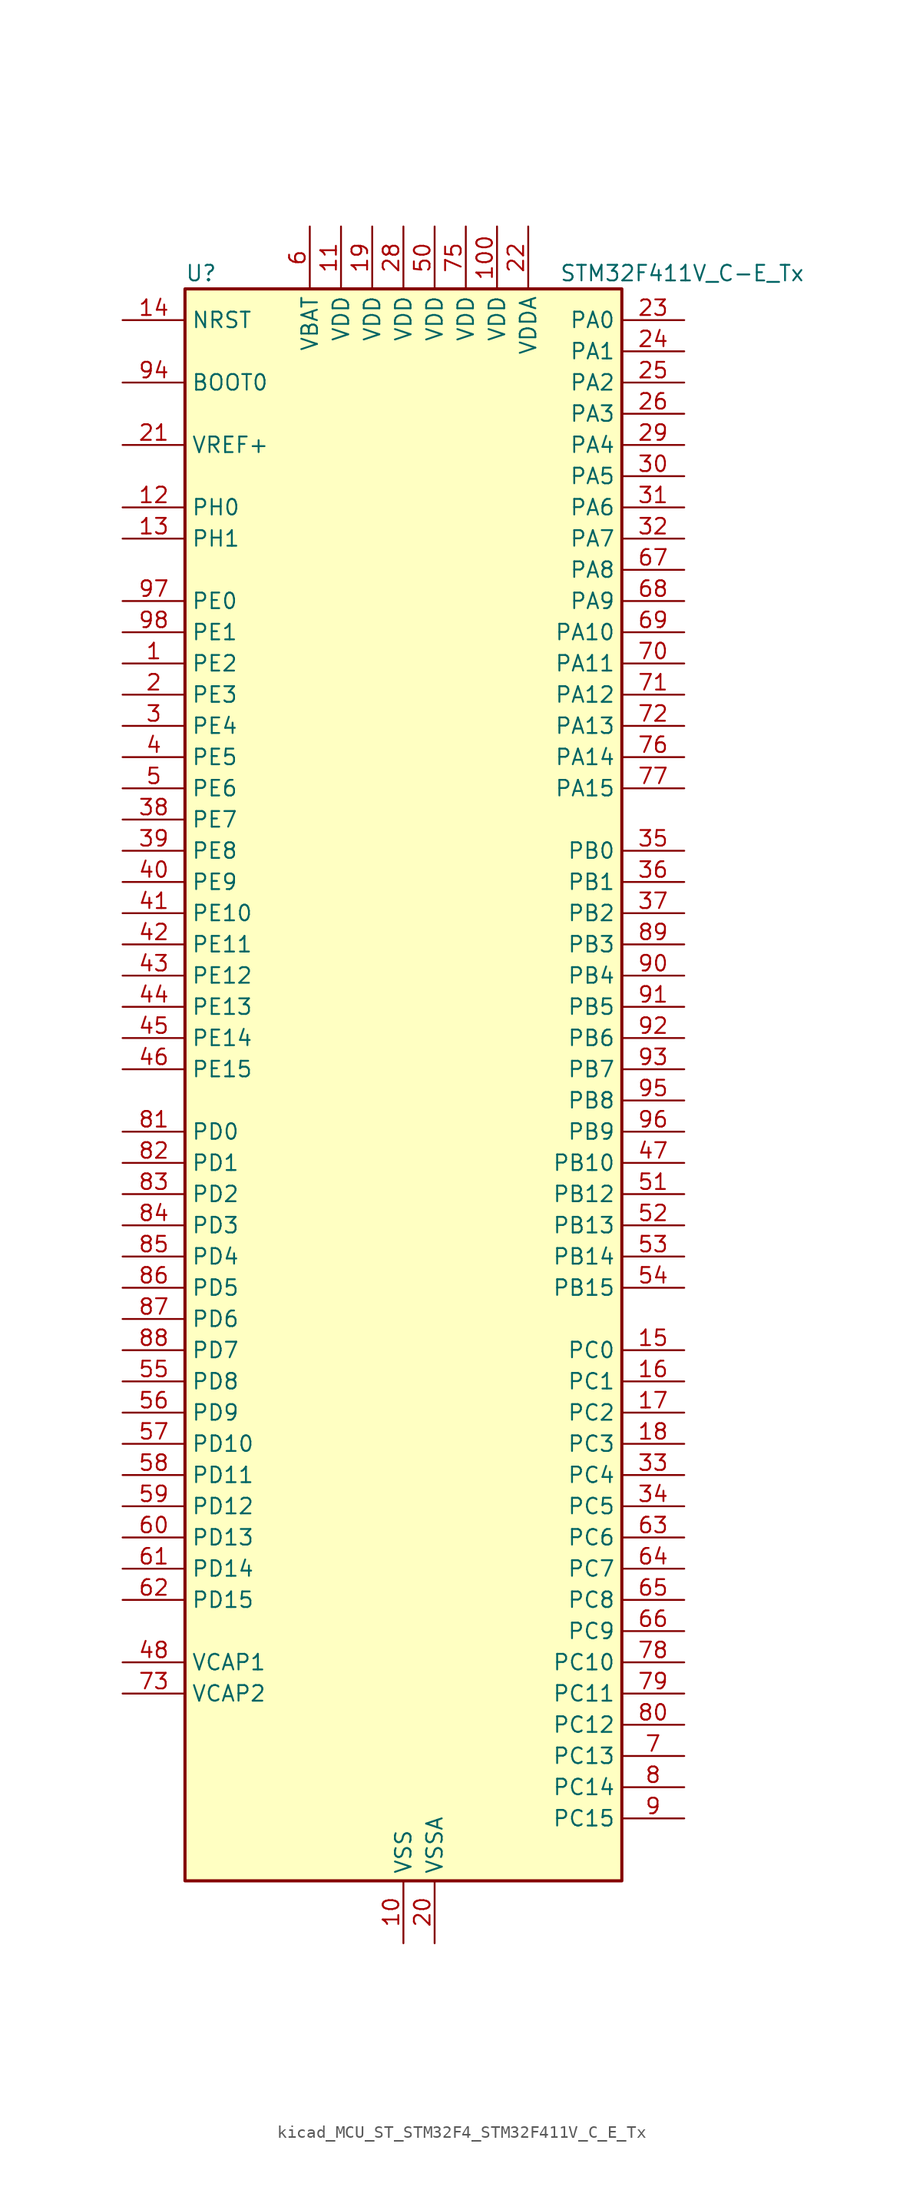
<source format=kicad_sym>
(kicad_symbol_lib
  (version 20220914)
  (generator kicad_symbol_editor)
  (symbol "kicad_MCU_ST_STM32F4_STM32F411V_C_E_Tx"
    (property "Reference" "U"
      (at -17.78 67.31 0)
      (effects (font (size 1.27 1.27)) (justify left)))
    (property "Value" "STM32F411V_C-E_Tx"
      (at 12.7 67.31 0)
      (effects (font (size 1.27 1.27)) (justify left)))
    (property "ki_locked" ""
      (at 0 0 0)
      (effects (font (size 1.27 1.27))))
    (symbol "kicad_MCU_ST_STM32F4_STM32F411V_C_E_Tx_0_1"
      (rectangle (start -17.78 -63.5) (end 17.78 66.04) (stroke (width 0.254) (type default)) (fill (type background))))
    (symbol "kicad_MCU_ST_STM32F4_STM32F411V_C_E_Tx_1_1"
      (pin bidirectional line (at -22.86 35.56 0) (length 5.08) (name "PE2" (effects (font (size 1.27 1.27)))) (number "1" (effects (font (size 1.27 1.27)))) (alternate "I2S4_CK" bidirectional line) (alternate "I2S5_CK" bidirectional line) (alternate "SPI4_SCK" bidirectional line) (alternate "SPI5_SCK" bidirectional line) (alternate "SYS_TRACECLK" bidirectional line))
      (pin power_in line (at 0 -68.58 90) (length 5.08) (name "VSS" (effects (font (size 1.27 1.27)))) (number "10" (effects (font (size 1.27 1.27)))))
      (pin power_in line (at 7.62 71.12 270) (length 5.08) (name "VDD" (effects (font (size 1.27 1.27)))) (number "100" (effects (font (size 1.27 1.27)))))
      (pin power_in line (at -5.08 71.12 270) (length 5.08) (name "VDD" (effects (font (size 1.27 1.27)))) (number "11" (effects (font (size 1.27 1.27)))))
      (pin bidirectional line (at -22.86 48.26 0) (length 5.08) (name "PH0" (effects (font (size 1.27 1.27)))) (number "12" (effects (font (size 1.27 1.27)))) (alternate "RCC_OSC_IN" bidirectional line))
      (pin bidirectional line (at -22.86 45.72 0) (length 5.08) (name "PH1" (effects (font (size 1.27 1.27)))) (number "13" (effects (font (size 1.27 1.27)))) (alternate "RCC_OSC_OUT" bidirectional line))
      (pin input line (at -22.86 63.5 0) (length 5.08) (name "NRST" (effects (font (size 1.27 1.27)))) (number "14" (effects (font (size 1.27 1.27)))))
      (pin bidirectional line (at 22.86 -20.32 180) (length 5.08) (name "PC0" (effects (font (size 1.27 1.27)))) (number "15" (effects (font (size 1.27 1.27)))) (alternate "ADC1_IN10" bidirectional line))
      (pin bidirectional line (at 22.86 -22.86 180) (length 5.08) (name "PC1" (effects (font (size 1.27 1.27)))) (number "16" (effects (font (size 1.27 1.27)))) (alternate "ADC1_IN11" bidirectional line))
      (pin bidirectional line (at 22.86 -25.4 180) (length 5.08) (name "PC2" (effects (font (size 1.27 1.27)))) (number "17" (effects (font (size 1.27 1.27)))) (alternate "ADC1_IN12" bidirectional line) (alternate "I2S2_ext_SD" bidirectional line) (alternate "SPI2_MISO" bidirectional line))
      (pin bidirectional line (at 22.86 -27.94 180) (length 5.08) (name "PC3" (effects (font (size 1.27 1.27)))) (number "18" (effects (font (size 1.27 1.27)))) (alternate "ADC1_IN13" bidirectional line) (alternate "I2S2_SD" bidirectional line) (alternate "SPI2_MOSI" bidirectional line))
      (pin power_in line (at -2.54 71.12 270) (length 5.08) (name "VDD" (effects (font (size 1.27 1.27)))) (number "19" (effects (font (size 1.27 1.27)))))
      (pin bidirectional line (at -22.86 33.02 0) (length 5.08) (name "PE3" (effects (font (size 1.27 1.27)))) (number "2" (effects (font (size 1.27 1.27)))) (alternate "SYS_TRACED0" bidirectional line))
      (pin power_in line (at 2.54 -68.58 90) (length 5.08) (name "VSSA" (effects (font (size 1.27 1.27)))) (number "20" (effects (font (size 1.27 1.27)))))
      (pin input line (at -22.86 53.34 0) (length 5.08) (name "VREF+" (effects (font (size 1.27 1.27)))) (number "21" (effects (font (size 1.27 1.27)))))
      (pin power_in line (at 10.16 71.12 270) (length 5.08) (name "VDDA" (effects (font (size 1.27 1.27)))) (number "22" (effects (font (size 1.27 1.27)))))
      (pin bidirectional line (at 22.86 63.5 180) (length 5.08) (name "PA0" (effects (font (size 1.27 1.27)))) (number "23" (effects (font (size 1.27 1.27)))) (alternate "ADC1_IN0" bidirectional line) (alternate "SYS_WKUP" bidirectional line) (alternate "TIM2_CH1" bidirectional line) (alternate "TIM2_ETR" bidirectional line) (alternate "TIM5_CH1" bidirectional line) (alternate "USART2_CTS" bidirectional line))
      (pin bidirectional line (at 22.86 60.96 180) (length 5.08) (name "PA1" (effects (font (size 1.27 1.27)))) (number "24" (effects (font (size 1.27 1.27)))) (alternate "ADC1_IN1" bidirectional line) (alternate "I2S4_SD" bidirectional line) (alternate "SPI4_MOSI" bidirectional line) (alternate "TIM2_CH2" bidirectional line) (alternate "TIM5_CH2" bidirectional line) (alternate "USART2_RTS" bidirectional line))
      (pin bidirectional line (at 22.86 58.42 180) (length 5.08) (name "PA2" (effects (font (size 1.27 1.27)))) (number "25" (effects (font (size 1.27 1.27)))) (alternate "ADC1_IN2" bidirectional line) (alternate "I2S_CKIN" bidirectional line) (alternate "TIM2_CH3" bidirectional line) (alternate "TIM5_CH3" bidirectional line) (alternate "TIM9_CH1" bidirectional line) (alternate "USART2_TX" bidirectional line))
      (pin bidirectional line (at 22.86 55.88 180) (length 5.08) (name "PA3" (effects (font (size 1.27 1.27)))) (number "26" (effects (font (size 1.27 1.27)))) (alternate "ADC1_IN3" bidirectional line) (alternate "I2S2_MCK" bidirectional line) (alternate "TIM2_CH4" bidirectional line) (alternate "TIM5_CH4" bidirectional line) (alternate "TIM9_CH2" bidirectional line) (alternate "USART2_RX" bidirectional line))
      (pin passive line (at 0 -68.58 90) (length 5.08) hide (name "VSS" (effects (font (size 1.27 1.27)))) (number "27" (effects (font (size 1.27 1.27)))))
      (pin power_in line (at 0 71.12 270) (length 5.08) (name "VDD" (effects (font (size 1.27 1.27)))) (number "28" (effects (font (size 1.27 1.27)))))
      (pin bidirectional line (at 22.86 53.34 180) (length 5.08) (name "PA4" (effects (font (size 1.27 1.27)))) (number "29" (effects (font (size 1.27 1.27)))) (alternate "ADC1_IN4" bidirectional line) (alternate "I2S1_WS" bidirectional line) (alternate "I2S3_WS" bidirectional line) (alternate "SPI1_NSS" bidirectional line) (alternate "SPI3_NSS" bidirectional line) (alternate "USART2_CK" bidirectional line))
      (pin bidirectional line (at -22.86 30.48 0) (length 5.08) (name "PE4" (effects (font (size 1.27 1.27)))) (number "3" (effects (font (size 1.27 1.27)))) (alternate "I2S4_WS" bidirectional line) (alternate "I2S5_WS" bidirectional line) (alternate "SPI4_NSS" bidirectional line) (alternate "SPI5_NSS" bidirectional line) (alternate "SYS_TRACED1" bidirectional line))
      (pin bidirectional line (at 22.86 50.8 180) (length 5.08) (name "PA5" (effects (font (size 1.27 1.27)))) (number "30" (effects (font (size 1.27 1.27)))) (alternate "ADC1_IN5" bidirectional line) (alternate "I2S1_CK" bidirectional line) (alternate "SPI1_SCK" bidirectional line) (alternate "TIM2_CH1" bidirectional line) (alternate "TIM2_ETR" bidirectional line))
      (pin bidirectional line (at 22.86 48.26 180) (length 5.08) (name "PA6" (effects (font (size 1.27 1.27)))) (number "31" (effects (font (size 1.27 1.27)))) (alternate "ADC1_IN6" bidirectional line) (alternate "I2S2_MCK" bidirectional line) (alternate "SDIO_CMD" bidirectional line) (alternate "SPI1_MISO" bidirectional line) (alternate "TIM1_BKIN" bidirectional line) (alternate "TIM3_CH1" bidirectional line))
      (pin bidirectional line (at 22.86 45.72 180) (length 5.08) (name "PA7" (effects (font (size 1.27 1.27)))) (number "32" (effects (font (size 1.27 1.27)))) (alternate "ADC1_IN7" bidirectional line) (alternate "I2S1_SD" bidirectional line) (alternate "SPI1_MOSI" bidirectional line) (alternate "TIM1_CH1N" bidirectional line) (alternate "TIM3_CH2" bidirectional line))
      (pin bidirectional line (at 22.86 -30.48 180) (length 5.08) (name "PC4" (effects (font (size 1.27 1.27)))) (number "33" (effects (font (size 1.27 1.27)))) (alternate "ADC1_IN14" bidirectional line))
      (pin bidirectional line (at 22.86 -33.02 180) (length 5.08) (name "PC5" (effects (font (size 1.27 1.27)))) (number "34" (effects (font (size 1.27 1.27)))) (alternate "ADC1_IN15" bidirectional line))
      (pin bidirectional line (at 22.86 20.32 180) (length 5.08) (name "PB0" (effects (font (size 1.27 1.27)))) (number "35" (effects (font (size 1.27 1.27)))) (alternate "ADC1_IN8" bidirectional line) (alternate "I2S5_CK" bidirectional line) (alternate "SPI5_SCK" bidirectional line) (alternate "TIM1_CH2N" bidirectional line) (alternate "TIM3_CH3" bidirectional line))
      (pin bidirectional line (at 22.86 17.78 180) (length 5.08) (name "PB1" (effects (font (size 1.27 1.27)))) (number "36" (effects (font (size 1.27 1.27)))) (alternate "ADC1_IN9" bidirectional line) (alternate "I2S5_WS" bidirectional line) (alternate "SPI5_NSS" bidirectional line) (alternate "TIM1_CH3N" bidirectional line) (alternate "TIM3_CH4" bidirectional line))
      (pin bidirectional line (at 22.86 15.24 180) (length 5.08) (name "PB2" (effects (font (size 1.27 1.27)))) (number "37" (effects (font (size 1.27 1.27)))))
      (pin bidirectional line (at -22.86 22.86 0) (length 5.08) (name "PE7" (effects (font (size 1.27 1.27)))) (number "38" (effects (font (size 1.27 1.27)))) (alternate "TIM1_ETR" bidirectional line))
      (pin bidirectional line (at -22.86 20.32 0) (length 5.08) (name "PE8" (effects (font (size 1.27 1.27)))) (number "39" (effects (font (size 1.27 1.27)))) (alternate "TIM1_CH1N" bidirectional line))
      (pin bidirectional line (at -22.86 27.94 0) (length 5.08) (name "PE5" (effects (font (size 1.27 1.27)))) (number "4" (effects (font (size 1.27 1.27)))) (alternate "SPI4_MISO" bidirectional line) (alternate "SPI5_MISO" bidirectional line) (alternate "SYS_TRACED2" bidirectional line) (alternate "TIM9_CH1" bidirectional line))
      (pin bidirectional line (at -22.86 17.78 0) (length 5.08) (name "PE9" (effects (font (size 1.27 1.27)))) (number "40" (effects (font (size 1.27 1.27)))) (alternate "TIM1_CH1" bidirectional line))
      (pin bidirectional line (at -22.86 15.24 0) (length 5.08) (name "PE10" (effects (font (size 1.27 1.27)))) (number "41" (effects (font (size 1.27 1.27)))) (alternate "TIM1_CH2N" bidirectional line))
      (pin bidirectional line (at -22.86 12.7 0) (length 5.08) (name "PE11" (effects (font (size 1.27 1.27)))) (number "42" (effects (font (size 1.27 1.27)))) (alternate "ADC1_EXTI11" bidirectional line) (alternate "I2S4_WS" bidirectional line) (alternate "I2S5_WS" bidirectional line) (alternate "SPI4_NSS" bidirectional line) (alternate "SPI5_NSS" bidirectional line) (alternate "TIM1_CH2" bidirectional line))
      (pin bidirectional line (at -22.86 10.16 0) (length 5.08) (name "PE12" (effects (font (size 1.27 1.27)))) (number "43" (effects (font (size 1.27 1.27)))) (alternate "I2S4_CK" bidirectional line) (alternate "I2S5_CK" bidirectional line) (alternate "SPI4_SCK" bidirectional line) (alternate "SPI5_SCK" bidirectional line) (alternate "TIM1_CH3N" bidirectional line))
      (pin bidirectional line (at -22.86 7.62 0) (length 5.08) (name "PE13" (effects (font (size 1.27 1.27)))) (number "44" (effects (font (size 1.27 1.27)))) (alternate "SPI4_MISO" bidirectional line) (alternate "SPI5_MISO" bidirectional line) (alternate "TIM1_CH3" bidirectional line))
      (pin bidirectional line (at -22.86 5.08 0) (length 5.08) (name "PE14" (effects (font (size 1.27 1.27)))) (number "45" (effects (font (size 1.27 1.27)))) (alternate "I2S4_SD" bidirectional line) (alternate "I2S5_SD" bidirectional line) (alternate "SPI4_MOSI" bidirectional line) (alternate "SPI5_MOSI" bidirectional line) (alternate "TIM1_CH4" bidirectional line))
      (pin bidirectional line (at -22.86 2.54 0) (length 5.08) (name "PE15" (effects (font (size 1.27 1.27)))) (number "46" (effects (font (size 1.27 1.27)))) (alternate "ADC1_EXTI15" bidirectional line) (alternate "TIM1_BKIN" bidirectional line))
      (pin bidirectional line (at 22.86 -5.08 180) (length 5.08) (name "PB10" (effects (font (size 1.27 1.27)))) (number "47" (effects (font (size 1.27 1.27)))) (alternate "I2C2_SCL" bidirectional line) (alternate "I2S2_CK" bidirectional line) (alternate "I2S3_MCK" bidirectional line) (alternate "SDIO_D7" bidirectional line) (alternate "SPI2_SCK" bidirectional line) (alternate "TIM2_CH3" bidirectional line))
      (pin power_out line (at -22.86 -45.72 0) (length 5.08) (name "VCAP1" (effects (font (size 1.27 1.27)))) (number "48" (effects (font (size 1.27 1.27)))))
      (pin passive line (at 0 -68.58 90) (length 5.08) hide (name "VSS" (effects (font (size 1.27 1.27)))) (number "49" (effects (font (size 1.27 1.27)))))
      (pin bidirectional line (at -22.86 25.4 0) (length 5.08) (name "PE6" (effects (font (size 1.27 1.27)))) (number "5" (effects (font (size 1.27 1.27)))) (alternate "I2S4_SD" bidirectional line) (alternate "I2S5_SD" bidirectional line) (alternate "SPI4_MOSI" bidirectional line) (alternate "SPI5_MOSI" bidirectional line) (alternate "SYS_TRACED3" bidirectional line) (alternate "TIM9_CH2" bidirectional line))
      (pin power_in line (at 2.54 71.12 270) (length 5.08) (name "VDD" (effects (font (size 1.27 1.27)))) (number "50" (effects (font (size 1.27 1.27)))))
      (pin bidirectional line (at 22.86 -7.62 180) (length 5.08) (name "PB12" (effects (font (size 1.27 1.27)))) (number "51" (effects (font (size 1.27 1.27)))) (alternate "I2C2_SMBA" bidirectional line) (alternate "I2S2_WS" bidirectional line) (alternate "I2S3_CK" bidirectional line) (alternate "I2S4_WS" bidirectional line) (alternate "SPI2_NSS" bidirectional line) (alternate "SPI3_SCK" bidirectional line) (alternate "SPI4_NSS" bidirectional line) (alternate "TIM1_BKIN" bidirectional line))
      (pin bidirectional line (at 22.86 -10.16 180) (length 5.08) (name "PB13" (effects (font (size 1.27 1.27)))) (number "52" (effects (font (size 1.27 1.27)))) (alternate "I2S2_CK" bidirectional line) (alternate "I2S4_CK" bidirectional line) (alternate "SPI2_SCK" bidirectional line) (alternate "SPI4_SCK" bidirectional line) (alternate "TIM1_CH1N" bidirectional line))
      (pin bidirectional line (at 22.86 -12.7 180) (length 5.08) (name "PB14" (effects (font (size 1.27 1.27)))) (number "53" (effects (font (size 1.27 1.27)))) (alternate "I2S2_ext_SD" bidirectional line) (alternate "SDIO_D6" bidirectional line) (alternate "SPI2_MISO" bidirectional line) (alternate "TIM1_CH2N" bidirectional line))
      (pin bidirectional line (at 22.86 -15.24 180) (length 5.08) (name "PB15" (effects (font (size 1.27 1.27)))) (number "54" (effects (font (size 1.27 1.27)))) (alternate "ADC1_EXTI15" bidirectional line) (alternate "I2S2_SD" bidirectional line) (alternate "RTC_REFIN" bidirectional line) (alternate "SDIO_CK" bidirectional line) (alternate "SPI2_MOSI" bidirectional line) (alternate "TIM1_CH3N" bidirectional line))
      (pin bidirectional line (at -22.86 -22.86 0) (length 5.08) (name "PD8" (effects (font (size 1.27 1.27)))) (number "55" (effects (font (size 1.27 1.27)))))
      (pin bidirectional line (at -22.86 -25.4 0) (length 5.08) (name "PD9" (effects (font (size 1.27 1.27)))) (number "56" (effects (font (size 1.27 1.27)))))
      (pin bidirectional line (at -22.86 -27.94 0) (length 5.08) (name "PD10" (effects (font (size 1.27 1.27)))) (number "57" (effects (font (size 1.27 1.27)))))
      (pin bidirectional line (at -22.86 -30.48 0) (length 5.08) (name "PD11" (effects (font (size 1.27 1.27)))) (number "58" (effects (font (size 1.27 1.27)))) (alternate "ADC1_EXTI11" bidirectional line))
      (pin bidirectional line (at -22.86 -33.02 0) (length 5.08) (name "PD12" (effects (font (size 1.27 1.27)))) (number "59" (effects (font (size 1.27 1.27)))) (alternate "TIM4_CH1" bidirectional line))
      (pin power_in line (at -7.62 71.12 270) (length 5.08) (name "VBAT" (effects (font (size 1.27 1.27)))) (number "6" (effects (font (size 1.27 1.27)))))
      (pin bidirectional line (at -22.86 -35.56 0) (length 5.08) (name "PD13" (effects (font (size 1.27 1.27)))) (number "60" (effects (font (size 1.27 1.27)))) (alternate "TIM4_CH2" bidirectional line))
      (pin bidirectional line (at -22.86 -38.1 0) (length 5.08) (name "PD14" (effects (font (size 1.27 1.27)))) (number "61" (effects (font (size 1.27 1.27)))) (alternate "TIM4_CH3" bidirectional line))
      (pin bidirectional line (at -22.86 -40.64 0) (length 5.08) (name "PD15" (effects (font (size 1.27 1.27)))) (number "62" (effects (font (size 1.27 1.27)))) (alternate "ADC1_EXTI15" bidirectional line) (alternate "TIM4_CH4" bidirectional line))
      (pin bidirectional line (at 22.86 -35.56 180) (length 5.08) (name "PC6" (effects (font (size 1.27 1.27)))) (number "63" (effects (font (size 1.27 1.27)))) (alternate "I2S2_MCK" bidirectional line) (alternate "SDIO_D6" bidirectional line) (alternate "TIM3_CH1" bidirectional line) (alternate "USART6_TX" bidirectional line))
      (pin bidirectional line (at 22.86 -38.1 180) (length 5.08) (name "PC7" (effects (font (size 1.27 1.27)))) (number "64" (effects (font (size 1.27 1.27)))) (alternate "I2S2_CK" bidirectional line) (alternate "I2S3_MCK" bidirectional line) (alternate "SDIO_D7" bidirectional line) (alternate "SPI2_SCK" bidirectional line) (alternate "TIM3_CH2" bidirectional line) (alternate "USART6_RX" bidirectional line))
      (pin bidirectional line (at 22.86 -40.64 180) (length 5.08) (name "PC8" (effects (font (size 1.27 1.27)))) (number "65" (effects (font (size 1.27 1.27)))) (alternate "SDIO_D0" bidirectional line) (alternate "TIM3_CH3" bidirectional line) (alternate "USART6_CK" bidirectional line))
      (pin bidirectional line (at 22.86 -43.18 180) (length 5.08) (name "PC9" (effects (font (size 1.27 1.27)))) (number "66" (effects (font (size 1.27 1.27)))) (alternate "I2C3_SDA" bidirectional line) (alternate "I2S_CKIN" bidirectional line) (alternate "RCC_MCO_2" bidirectional line) (alternate "SDIO_D1" bidirectional line) (alternate "TIM3_CH4" bidirectional line))
      (pin bidirectional line (at 22.86 43.18 180) (length 5.08) (name "PA8" (effects (font (size 1.27 1.27)))) (number "67" (effects (font (size 1.27 1.27)))) (alternate "I2C3_SCL" bidirectional line) (alternate "RCC_MCO_1" bidirectional line) (alternate "SDIO_D1" bidirectional line) (alternate "TIM1_CH1" bidirectional line) (alternate "USART1_CK" bidirectional line) (alternate "USB_OTG_FS_SOF" bidirectional line))
      (pin bidirectional line (at 22.86 40.64 180) (length 5.08) (name "PA9" (effects (font (size 1.27 1.27)))) (number "68" (effects (font (size 1.27 1.27)))) (alternate "I2C3_SMBA" bidirectional line) (alternate "SDIO_D2" bidirectional line) (alternate "TIM1_CH2" bidirectional line) (alternate "USART1_TX" bidirectional line) (alternate "USB_OTG_FS_VBUS" bidirectional line))
      (pin bidirectional line (at 22.86 38.1 180) (length 5.08) (name "PA10" (effects (font (size 1.27 1.27)))) (number "69" (effects (font (size 1.27 1.27)))) (alternate "I2S5_SD" bidirectional line) (alternate "SPI5_MOSI" bidirectional line) (alternate "TIM1_CH3" bidirectional line) (alternate "USART1_RX" bidirectional line) (alternate "USB_OTG_FS_ID" bidirectional line))
      (pin bidirectional line (at 22.86 -53.34 180) (length 5.08) (name "PC13" (effects (font (size 1.27 1.27)))) (number "7" (effects (font (size 1.27 1.27)))) (alternate "RTC_AF1" bidirectional line))
      (pin bidirectional line (at 22.86 35.56 180) (length 5.08) (name "PA11" (effects (font (size 1.27 1.27)))) (number "70" (effects (font (size 1.27 1.27)))) (alternate "ADC1_EXTI11" bidirectional line) (alternate "SPI4_MISO" bidirectional line) (alternate "TIM1_CH4" bidirectional line) (alternate "USART1_CTS" bidirectional line) (alternate "USART6_TX" bidirectional line) (alternate "USB_OTG_FS_DM" bidirectional line))
      (pin bidirectional line (at 22.86 33.02 180) (length 5.08) (name "PA12" (effects (font (size 1.27 1.27)))) (number "71" (effects (font (size 1.27 1.27)))) (alternate "SPI5_MISO" bidirectional line) (alternate "TIM1_ETR" bidirectional line) (alternate "USART1_RTS" bidirectional line) (alternate "USART6_RX" bidirectional line) (alternate "USB_OTG_FS_DP" bidirectional line))
      (pin bidirectional line (at 22.86 30.48 180) (length 5.08) (name "PA13" (effects (font (size 1.27 1.27)))) (number "72" (effects (font (size 1.27 1.27)))) (alternate "SYS_JTMS-SWDIO" bidirectional line))
      (pin power_out line (at -22.86 -48.26 0) (length 5.08) (name "VCAP2" (effects (font (size 1.27 1.27)))) (number "73" (effects (font (size 1.27 1.27)))))
      (pin passive line (at 0 -68.58 90) (length 5.08) hide (name "VSS" (effects (font (size 1.27 1.27)))) (number "74" (effects (font (size 1.27 1.27)))))
      (pin power_in line (at 5.08 71.12 270) (length 5.08) (name "VDD" (effects (font (size 1.27 1.27)))) (number "75" (effects (font (size 1.27 1.27)))))
      (pin bidirectional line (at 22.86 27.94 180) (length 5.08) (name "PA14" (effects (font (size 1.27 1.27)))) (number "76" (effects (font (size 1.27 1.27)))) (alternate "SYS_JTCK-SWCLK" bidirectional line))
      (pin bidirectional line (at 22.86 25.4 180) (length 5.08) (name "PA15" (effects (font (size 1.27 1.27)))) (number "77" (effects (font (size 1.27 1.27)))) (alternate "ADC1_EXTI15" bidirectional line) (alternate "I2S1_WS" bidirectional line) (alternate "I2S3_WS" bidirectional line) (alternate "SPI1_NSS" bidirectional line) (alternate "SPI3_NSS" bidirectional line) (alternate "SYS_JTDI" bidirectional line) (alternate "TIM2_CH1" bidirectional line) (alternate "TIM2_ETR" bidirectional line) (alternate "USART1_TX" bidirectional line))
      (pin bidirectional line (at 22.86 -45.72 180) (length 5.08) (name "PC10" (effects (font (size 1.27 1.27)))) (number "78" (effects (font (size 1.27 1.27)))) (alternate "I2S3_CK" bidirectional line) (alternate "SDIO_D2" bidirectional line) (alternate "SPI3_SCK" bidirectional line))
      (pin bidirectional line (at 22.86 -48.26 180) (length 5.08) (name "PC11" (effects (font (size 1.27 1.27)))) (number "79" (effects (font (size 1.27 1.27)))) (alternate "ADC1_EXTI11" bidirectional line) (alternate "I2S3_ext_SD" bidirectional line) (alternate "SDIO_D3" bidirectional line) (alternate "SPI3_MISO" bidirectional line))
      (pin bidirectional line (at 22.86 -55.88 180) (length 5.08) (name "PC14" (effects (font (size 1.27 1.27)))) (number "8" (effects (font (size 1.27 1.27)))) (alternate "RCC_OSC32_IN" bidirectional line))
      (pin bidirectional line (at 22.86 -50.8 180) (length 5.08) (name "PC12" (effects (font (size 1.27 1.27)))) (number "80" (effects (font (size 1.27 1.27)))) (alternate "I2S3_SD" bidirectional line) (alternate "SDIO_CK" bidirectional line) (alternate "SPI3_MOSI" bidirectional line))
      (pin bidirectional line (at -22.86 -2.54 0) (length 5.08) (name "PD0" (effects (font (size 1.27 1.27)))) (number "81" (effects (font (size 1.27 1.27)))))
      (pin bidirectional line (at -22.86 -5.08 0) (length 5.08) (name "PD1" (effects (font (size 1.27 1.27)))) (number "82" (effects (font (size 1.27 1.27)))))
      (pin bidirectional line (at -22.86 -7.62 0) (length 5.08) (name "PD2" (effects (font (size 1.27 1.27)))) (number "83" (effects (font (size 1.27 1.27)))) (alternate "SDIO_CMD" bidirectional line) (alternate "TIM3_ETR" bidirectional line))
      (pin bidirectional line (at -22.86 -10.16 0) (length 5.08) (name "PD3" (effects (font (size 1.27 1.27)))) (number "84" (effects (font (size 1.27 1.27)))) (alternate "I2S2_CK" bidirectional line) (alternate "SPI2_SCK" bidirectional line) (alternate "USART2_CTS" bidirectional line))
      (pin bidirectional line (at -22.86 -12.7 0) (length 5.08) (name "PD4" (effects (font (size 1.27 1.27)))) (number "85" (effects (font (size 1.27 1.27)))) (alternate "USART2_RTS" bidirectional line))
      (pin bidirectional line (at -22.86 -15.24 0) (length 5.08) (name "PD5" (effects (font (size 1.27 1.27)))) (number "86" (effects (font (size 1.27 1.27)))) (alternate "USART2_TX" bidirectional line))
      (pin bidirectional line (at -22.86 -17.78 0) (length 5.08) (name "PD6" (effects (font (size 1.27 1.27)))) (number "87" (effects (font (size 1.27 1.27)))) (alternate "I2S3_SD" bidirectional line) (alternate "SPI3_MOSI" bidirectional line) (alternate "USART2_RX" bidirectional line))
      (pin bidirectional line (at -22.86 -20.32 0) (length 5.08) (name "PD7" (effects (font (size 1.27 1.27)))) (number "88" (effects (font (size 1.27 1.27)))) (alternate "USART2_CK" bidirectional line))
      (pin bidirectional line (at 22.86 12.7 180) (length 5.08) (name "PB3" (effects (font (size 1.27 1.27)))) (number "89" (effects (font (size 1.27 1.27)))) (alternate "I2C2_SDA" bidirectional line) (alternate "I2S1_CK" bidirectional line) (alternate "I2S3_CK" bidirectional line) (alternate "SPI1_SCK" bidirectional line) (alternate "SPI3_SCK" bidirectional line) (alternate "SYS_JTDO-SWO" bidirectional line) (alternate "TIM2_CH2" bidirectional line) (alternate "USART1_RX" bidirectional line))
      (pin bidirectional line (at 22.86 -58.42 180) (length 5.08) (name "PC15" (effects (font (size 1.27 1.27)))) (number "9" (effects (font (size 1.27 1.27)))) (alternate "ADC1_EXTI15" bidirectional line) (alternate "RCC_OSC32_OUT" bidirectional line))
      (pin bidirectional line (at 22.86 10.16 180) (length 5.08) (name "PB4" (effects (font (size 1.27 1.27)))) (number "90" (effects (font (size 1.27 1.27)))) (alternate "I2C3_SDA" bidirectional line) (alternate "I2S3_ext_SD" bidirectional line) (alternate "SDIO_D0" bidirectional line) (alternate "SPI1_MISO" bidirectional line) (alternate "SPI3_MISO" bidirectional line) (alternate "SYS_JTRST" bidirectional line) (alternate "TIM3_CH1" bidirectional line))
      (pin bidirectional line (at 22.86 7.62 180) (length 5.08) (name "PB5" (effects (font (size 1.27 1.27)))) (number "91" (effects (font (size 1.27 1.27)))) (alternate "I2C1_SMBA" bidirectional line) (alternate "I2S1_SD" bidirectional line) (alternate "I2S3_SD" bidirectional line) (alternate "SDIO_D3" bidirectional line) (alternate "SPI1_MOSI" bidirectional line) (alternate "SPI3_MOSI" bidirectional line) (alternate "TIM3_CH2" bidirectional line))
      (pin bidirectional line (at 22.86 5.08 180) (length 5.08) (name "PB6" (effects (font (size 1.27 1.27)))) (number "92" (effects (font (size 1.27 1.27)))) (alternate "I2C1_SCL" bidirectional line) (alternate "TIM4_CH1" bidirectional line) (alternate "USART1_TX" bidirectional line))
      (pin bidirectional line (at 22.86 2.54 180) (length 5.08) (name "PB7" (effects (font (size 1.27 1.27)))) (number "93" (effects (font (size 1.27 1.27)))) (alternate "I2C1_SDA" bidirectional line) (alternate "SDIO_D0" bidirectional line) (alternate "TIM4_CH2" bidirectional line) (alternate "USART1_RX" bidirectional line))
      (pin input line (at -22.86 58.42 0) (length 5.08) (name "BOOT0" (effects (font (size 1.27 1.27)))) (number "94" (effects (font (size 1.27 1.27)))))
      (pin bidirectional line (at 22.86 0 180) (length 5.08) (name "PB8" (effects (font (size 1.27 1.27)))) (number "95" (effects (font (size 1.27 1.27)))) (alternate "I2C1_SCL" bidirectional line) (alternate "I2C3_SDA" bidirectional line) (alternate "I2S5_SD" bidirectional line) (alternate "SDIO_D4" bidirectional line) (alternate "SPI5_MOSI" bidirectional line) (alternate "TIM10_CH1" bidirectional line) (alternate "TIM4_CH3" bidirectional line))
      (pin bidirectional line (at 22.86 -2.54 180) (length 5.08) (name "PB9" (effects (font (size 1.27 1.27)))) (number "96" (effects (font (size 1.27 1.27)))) (alternate "I2C1_SDA" bidirectional line) (alternate "I2C2_SDA" bidirectional line) (alternate "I2S2_WS" bidirectional line) (alternate "SDIO_D5" bidirectional line) (alternate "SPI2_NSS" bidirectional line) (alternate "TIM11_CH1" bidirectional line) (alternate "TIM4_CH4" bidirectional line))
      (pin bidirectional line (at -22.86 40.64 0) (length 5.08) (name "PE0" (effects (font (size 1.27 1.27)))) (number "97" (effects (font (size 1.27 1.27)))) (alternate "TIM4_ETR" bidirectional line))
      (pin bidirectional line (at -22.86 38.1 0) (length 5.08) (name "PE1" (effects (font (size 1.27 1.27)))) (number "98" (effects (font (size 1.27 1.27)))))
      (pin passive line (at 0 -68.58 90) (length 5.08) hide (name "VSS" (effects (font (size 1.27 1.27)))) (number "99" (effects (font (size 1.27 1.27))))))))
</source>
